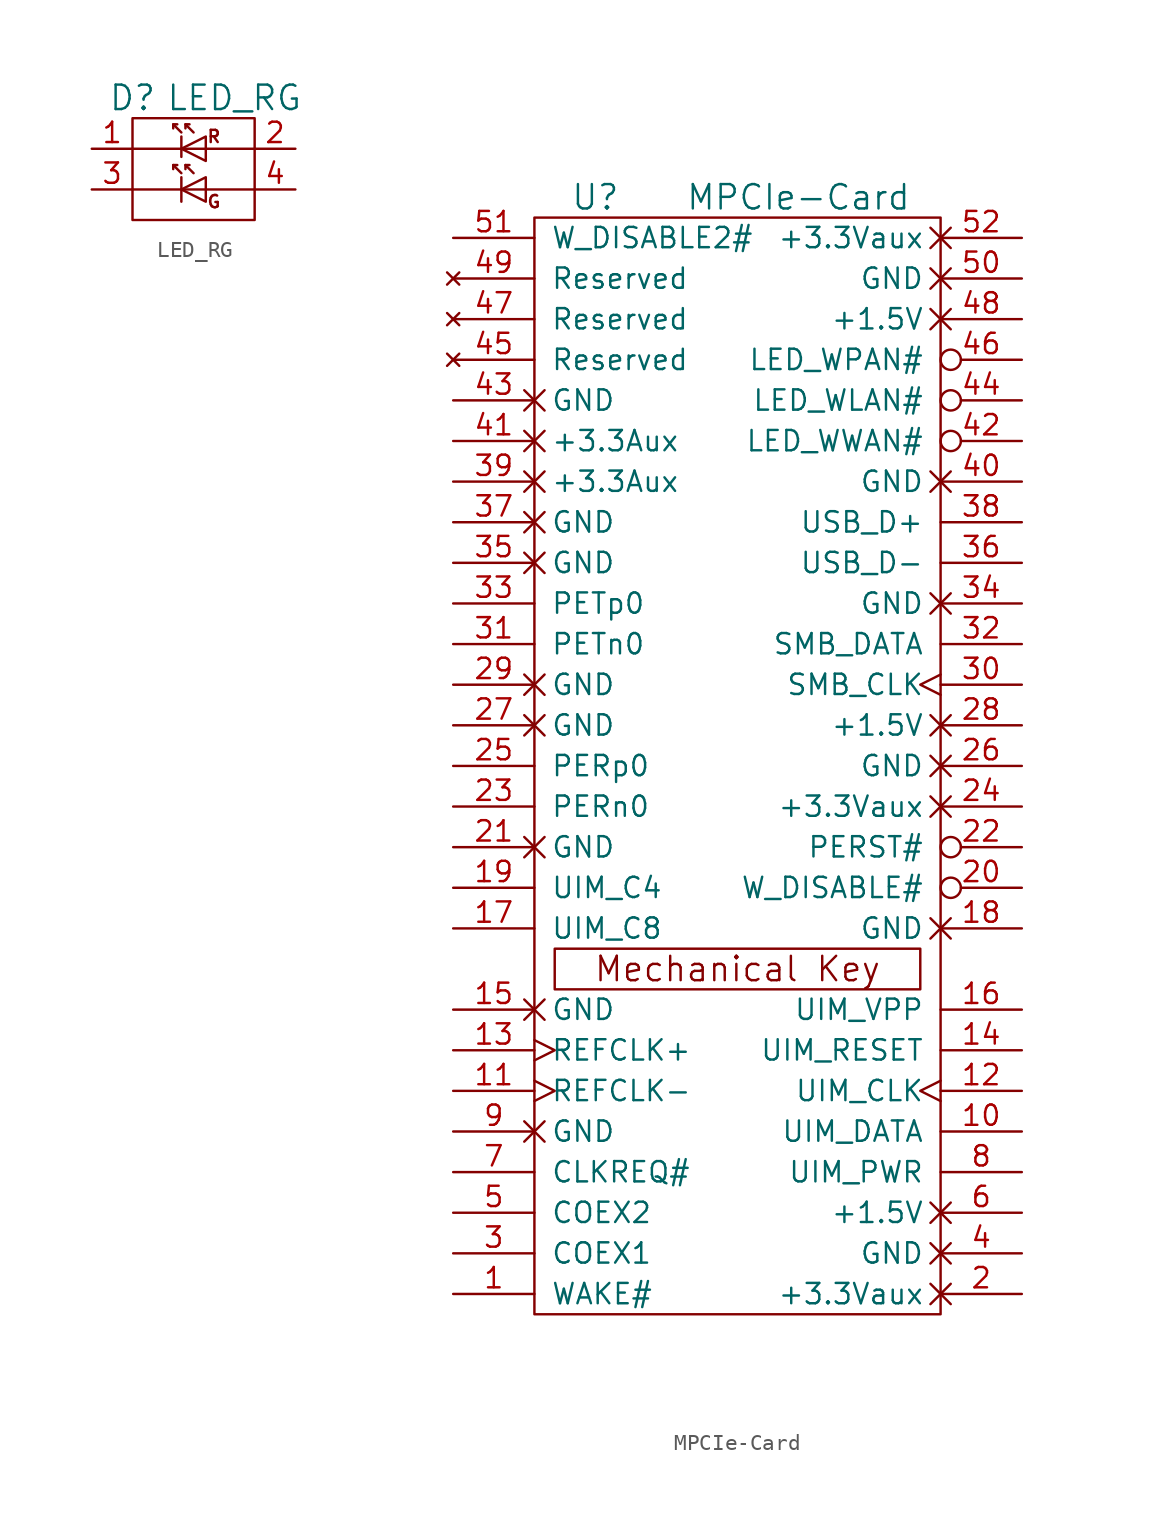
<source format=kicad_sym>
(kicad_symbol_lib
  (version 20220914)
  (generator kicad_symbol_editor)
  (symbol "LED_RG"
    (pin_names
      (offset 1.016) hide)
    (property "Reference" "D"
      (at -3.81 4.445 0)
      (effects (font (size 1.524 1.524))))
    (property "Value" "LED_RG"
      (at 2.54 4.445 0)
      (effects (font (size 1.524 1.524))))
    (property "Footprint" ""
      (at -0.254 0.254 0)
      (effects (font (size 1.524 1.524))))
    (property "Datasheet" ""
      (at -0.254 0.254 0)
      (effects (font (size 1.524 1.524))))
    (symbol "LED_RG_0_0"
      (text "G" (at 1.27 -2.032 0) (effects (font (size 0.762 0.762))))
      (text "R" (at 1.27 2.032 0) (effects (font (size 0.762 0.762)))))
    (symbol "LED_RG_0_1"
      (rectangle (start -3.81 3.175) (end 3.81 -3.175) (stroke (width 0) (type default)) (fill (type none)))
      (polyline (pts (xy -3.81 -1.27) (xy 3.81 -1.27)) (stroke (width 0) (type default)) (fill (type none)))
      (polyline (pts (xy -3.81 1.27) (xy 3.81 1.27)) (stroke (width 0) (type default)) (fill (type none)))
      (polyline (pts (xy -0.762 -0.508) (xy -0.762 -2.032)) (stroke (width 0) (type default)) (fill (type none)))
      (polyline (pts (xy -0.762 -0.254) (xy -1.27 0.254)) (stroke (width 0) (type default)) (fill (type none)))
      (polyline (pts (xy -0.762 2.032) (xy -0.762 0.762)) (stroke (width 0) (type default)) (fill (type none)))
      (polyline (pts (xy -0.762 2.286) (xy -1.27 2.794)) (stroke (width 0) (type default)) (fill (type none)))
      (polyline (pts (xy -0.508 0.254) (xy -0.254 0.254)) (stroke (width 0) (type default)) (fill (type none)))
      (polyline (pts (xy -0.508 2.794) (xy -0.254 2.794)) (stroke (width 0) (type default)) (fill (type none)))
      (polyline (pts (xy -1.27 0) (xy -1.27 0.254) (xy -1.016 0.254)) (stroke (width 0) (type default)) (fill (type none)))
      (polyline (pts (xy -1.27 2.54) (xy -1.27 2.794) (xy -1.016 2.794)) (stroke (width 0) (type default)) (fill (type none)))
      (polyline (pts (xy 0 -0.254) (xy -0.508 0.254) (xy -0.508 0)) (stroke (width 0) (type default)) (fill (type none)))
      (polyline (pts (xy 0 2.286) (xy -0.508 2.794) (xy -0.508 2.54)) (stroke (width 0) (type default)) (fill (type none)))
      (polyline (pts (xy 0.762 -0.508) (xy 0.762 -2.032) (xy -0.762 -1.27) (xy 0.762 -0.508)) (stroke (width 0) (type default)) (fill (type none)))
      (polyline (pts (xy 0.762 2.032) (xy -0.762 1.27) (xy 0.762 0.508) (xy 0.762 2.032)) (stroke (width 0) (type default)) (fill (type none))))
    (symbol "LED_RG_1_1"
      (pin bidirectional line (at -6.35 1.27 0) (length 2.54) (name "K1" (effects (font (size 1.27 1.27)))) (number "1" (effects (font (size 1.27 1.27)))))
      (pin bidirectional line (at 6.35 1.27 180) (length 2.54) (name "K2" (effects (font (size 1.27 1.27)))) (number "2" (effects (font (size 1.27 1.27)))))
      (pin bidirectional line (at -6.35 -1.27 0) (length 2.54) (name "A2" (effects (font (size 1.27 1.27)))) (number "3" (effects (font (size 1.27 1.27)))))
      (pin bidirectional line (at 6.35 -1.27 180) (length 2.54) (name "A1" (effects (font (size 1.27 1.27)))) (number "4" (effects (font (size 1.27 1.27)))))))
  (symbol "MPCIe-Card"
    (pin_names
      (offset 1.016))
    (property "Reference" "U"
      (at -8.89 35.56 0)
      (effects (font (size 1.524 1.524))))
    (property "Value" "MPCIe-Card"
      (at 3.81 35.56 0)
      (effects (font (size 1.524 1.524))))
    (property "Footprint" ""
      (at 2.54 -21.59 0)
      (effects (font (size 1.524 1.524))))
    (property "Datasheet" ""
      (at 2.54 -21.59 0)
      (effects (font (size 1.524 1.524))))
    (symbol "MPCIe-Card_0_0"
      (text "Mechanical Key" (at 0 -12.7 0) (effects (font (size 1.524 1.524)))))
    (symbol "MPCIe-Card_0_1"
      (rectangle (start -12.7 -34.29) (end 12.7 34.29) (stroke (width 0) (type default)) (fill (type none)))
      (rectangle (start -11.43 -11.43) (end 11.43 -13.97) (stroke (width 0) (type default)) (fill (type none))))
    (symbol "MPCIe-Card_1_1"
      (pin bidirectional line (at -17.78 -33.02 0) (length 5.08) (name "WAKE#" (effects (font (size 1.27 1.27)))) (number "1" (effects (font (size 1.27 1.27)))))
      (pin bidirectional line (at 17.78 -22.86 180) (length 5.08) (name "UIM_DATA" (effects (font (size 1.27 1.27)))) (number "10" (effects (font (size 1.27 1.27)))))
      (pin input clock (at -17.78 -20.32 0) (length 5.08) (name "REFCLK-" (effects (font (size 1.27 1.27)))) (number "11" (effects (font (size 1.27 1.27)))))
      (pin bidirectional clock (at 17.78 -20.32 180) (length 5.08) (name "UIM_CLK" (effects (font (size 1.27 1.27)))) (number "12" (effects (font (size 1.27 1.27)))))
      (pin input clock (at -17.78 -17.78 0) (length 5.08) (name "REFCLK+" (effects (font (size 1.27 1.27)))) (number "13" (effects (font (size 1.27 1.27)))))
      (pin bidirectional line (at 17.78 -17.78 180) (length 5.08) (name "UIM_RESET" (effects (font (size 1.27 1.27)))) (number "14" (effects (font (size 1.27 1.27)))))
      (pin power_in non_logic (at -17.78 -15.24 0) (length 5.08) (name "GND" (effects (font (size 1.27 1.27)))) (number "15" (effects (font (size 1.27 1.27)))))
      (pin bidirectional line (at 17.78 -15.24 180) (length 5.08) (name "UIM_VPP" (effects (font (size 1.27 1.27)))) (number "16" (effects (font (size 1.27 1.27)))))
      (pin bidirectional line (at -17.78 -10.16 0) (length 5.08) (name "UIM_C8" (effects (font (size 1.27 1.27)))) (number "17" (effects (font (size 1.27 1.27)))))
      (pin power_in non_logic (at 17.78 -10.16 180) (length 5.08) (name "GND" (effects (font (size 1.27 1.27)))) (number "18" (effects (font (size 1.27 1.27)))))
      (pin bidirectional line (at -17.78 -7.62 0) (length 5.08) (name "UIM_C4" (effects (font (size 1.27 1.27)))) (number "19" (effects (font (size 1.27 1.27)))))
      (pin power_in non_logic (at 17.78 -33.02 180) (length 5.08) (name "+3.3Vaux" (effects (font (size 1.27 1.27)))) (number "2" (effects (font (size 1.27 1.27)))))
      (pin bidirectional inverted (at 17.78 -7.62 180) (length 5.08) (name "W_DISABLE#" (effects (font (size 1.27 1.27)))) (number "20" (effects (font (size 1.27 1.27)))))
      (pin power_in non_logic (at -17.78 -5.08 0) (length 5.08) (name "GND" (effects (font (size 1.27 1.27)))) (number "21" (effects (font (size 1.27 1.27)))))
      (pin bidirectional inverted (at 17.78 -5.08 180) (length 5.08) (name "PERST#" (effects (font (size 1.27 1.27)))) (number "22" (effects (font (size 1.27 1.27)))))
      (pin bidirectional line (at -17.78 -2.54 0) (length 5.08) (name "PERn0" (effects (font (size 1.27 1.27)))) (number "23" (effects (font (size 1.27 1.27)))))
      (pin power_in non_logic (at 17.78 -2.54 180) (length 5.08) (name "+3.3Vaux" (effects (font (size 1.27 1.27)))) (number "24" (effects (font (size 1.27 1.27)))))
      (pin bidirectional line (at -17.78 0 0) (length 5.08) (name "PERp0" (effects (font (size 1.27 1.27)))) (number "25" (effects (font (size 1.27 1.27)))))
      (pin power_in non_logic (at 17.78 0 180) (length 5.08) (name "GND" (effects (font (size 1.27 1.27)))) (number "26" (effects (font (size 1.27 1.27)))))
      (pin power_in non_logic (at -17.78 2.54 0) (length 5.08) (name "GND" (effects (font (size 1.27 1.27)))) (number "27" (effects (font (size 1.27 1.27)))))
      (pin power_in non_logic (at 17.78 2.54 180) (length 5.08) (name "+1.5V" (effects (font (size 1.27 1.27)))) (number "28" (effects (font (size 1.27 1.27)))))
      (pin power_in non_logic (at -17.78 5.08 0) (length 5.08) (name "GND" (effects (font (size 1.27 1.27)))) (number "29" (effects (font (size 1.27 1.27)))))
      (pin bidirectional line (at -17.78 -30.48 0) (length 5.08) (name "COEX1" (effects (font (size 1.27 1.27)))) (number "3" (effects (font (size 1.27 1.27)))))
      (pin bidirectional clock (at 17.78 5.08 180) (length 5.08) (name "SMB_CLK" (effects (font (size 1.27 1.27)))) (number "30" (effects (font (size 1.27 1.27)))))
      (pin bidirectional line (at -17.78 7.62 0) (length 5.08) (name "PETn0" (effects (font (size 1.27 1.27)))) (number "31" (effects (font (size 1.27 1.27)))))
      (pin bidirectional line (at 17.78 7.62 180) (length 5.08) (name "SMB_DATA" (effects (font (size 1.27 1.27)))) (number "32" (effects (font (size 1.27 1.27)))))
      (pin bidirectional line (at -17.78 10.16 0) (length 5.08) (name "PETp0" (effects (font (size 1.27 1.27)))) (number "33" (effects (font (size 1.27 1.27)))))
      (pin power_in non_logic (at 17.78 10.16 180) (length 5.08) (name "GND" (effects (font (size 1.27 1.27)))) (number "34" (effects (font (size 1.27 1.27)))))
      (pin power_in non_logic (at -17.78 12.7 0) (length 5.08) (name "GND" (effects (font (size 1.27 1.27)))) (number "35" (effects (font (size 1.27 1.27)))))
      (pin bidirectional line (at 17.78 12.7 180) (length 5.08) (name "USB_D-" (effects (font (size 1.27 1.27)))) (number "36" (effects (font (size 1.27 1.27)))))
      (pin power_in non_logic (at -17.78 15.24 0) (length 5.08) (name "GND" (effects (font (size 1.27 1.27)))) (number "37" (effects (font (size 1.27 1.27)))))
      (pin bidirectional line (at 17.78 15.24 180) (length 5.08) (name "USB_D+" (effects (font (size 1.27 1.27)))) (number "38" (effects (font (size 1.27 1.27)))))
      (pin power_in non_logic (at -17.78 17.78 0) (length 5.08) (name "+3.3Aux" (effects (font (size 1.27 1.27)))) (number "39" (effects (font (size 1.27 1.27)))))
      (pin power_in non_logic (at 17.78 -30.48 180) (length 5.08) (name "GND" (effects (font (size 1.27 1.27)))) (number "4" (effects (font (size 1.27 1.27)))))
      (pin power_in non_logic (at 17.78 17.78 180) (length 5.08) (name "GND" (effects (font (size 1.27 1.27)))) (number "40" (effects (font (size 1.27 1.27)))))
      (pin power_in non_logic (at -17.78 20.32 0) (length 5.08) (name "+3.3Aux" (effects (font (size 1.27 1.27)))) (number "41" (effects (font (size 1.27 1.27)))))
      (pin bidirectional inverted (at 17.78 20.32 180) (length 5.08) (name "LED_WWAN#" (effects (font (size 1.27 1.27)))) (number "42" (effects (font (size 1.27 1.27)))))
      (pin power_in non_logic (at -17.78 22.86 0) (length 5.08) (name "GND" (effects (font (size 1.27 1.27)))) (number "43" (effects (font (size 1.27 1.27)))))
      (pin bidirectional inverted (at 17.78 22.86 180) (length 5.08) (name "LED_WLAN#" (effects (font (size 1.27 1.27)))) (number "44" (effects (font (size 1.27 1.27)))))
      (pin no_connect line (at -17.78 25.4 0) (length 5.08) (name "Reserved" (effects (font (size 1.27 1.27)))) (number "45" (effects (font (size 1.27 1.27)))))
      (pin bidirectional inverted (at 17.78 25.4 180) (length 5.08) (name "LED_WPAN#" (effects (font (size 1.27 1.27)))) (number "46" (effects (font (size 1.27 1.27)))))
      (pin no_connect line (at -17.78 27.94 0) (length 5.08) (name "Reserved" (effects (font (size 1.27 1.27)))) (number "47" (effects (font (size 1.27 1.27)))))
      (pin power_in non_logic (at 17.78 27.94 180) (length 5.08) (name "+1.5V" (effects (font (size 1.27 1.27)))) (number "48" (effects (font (size 1.27 1.27)))))
      (pin no_connect line (at -17.78 30.48 0) (length 5.08) (name "Reserved" (effects (font (size 1.27 1.27)))) (number "49" (effects (font (size 1.27 1.27)))))
      (pin bidirectional line (at -17.78 -27.94 0) (length 5.08) (name "COEX2" (effects (font (size 1.27 1.27)))) (number "5" (effects (font (size 1.27 1.27)))))
      (pin power_in non_logic (at 17.78 30.48 180) (length 5.08) (name "GND" (effects (font (size 1.27 1.27)))) (number "50" (effects (font (size 1.27 1.27)))))
      (pin bidirectional line (at -17.78 33.02 0) (length 5.08) (name "W_DISABLE2#" (effects (font (size 1.27 1.27)))) (number "51" (effects (font (size 1.27 1.27)))))
      (pin power_in non_logic (at 17.78 33.02 180) (length 5.08) (name "+3.3Vaux" (effects (font (size 1.27 1.27)))) (number "52" (effects (font (size 1.27 1.27)))))
      (pin power_in non_logic (at 17.78 -27.94 180) (length 5.08) (name "+1.5V" (effects (font (size 1.27 1.27)))) (number "6" (effects (font (size 1.27 1.27)))))
      (pin bidirectional line (at -17.78 -25.4 0) (length 5.08) (name "CLKREQ#" (effects (font (size 1.27 1.27)))) (number "7" (effects (font (size 1.27 1.27)))))
      (pin bidirectional line (at 17.78 -25.4 180) (length 5.08) (name "UIM_PWR" (effects (font (size 1.27 1.27)))) (number "8" (effects (font (size 1.27 1.27)))))
      (pin power_in non_logic (at -17.78 -22.86 0) (length 5.08) (name "GND" (effects (font (size 1.27 1.27)))) (number "9" (effects (font (size 1.27 1.27))))))))
</source>
